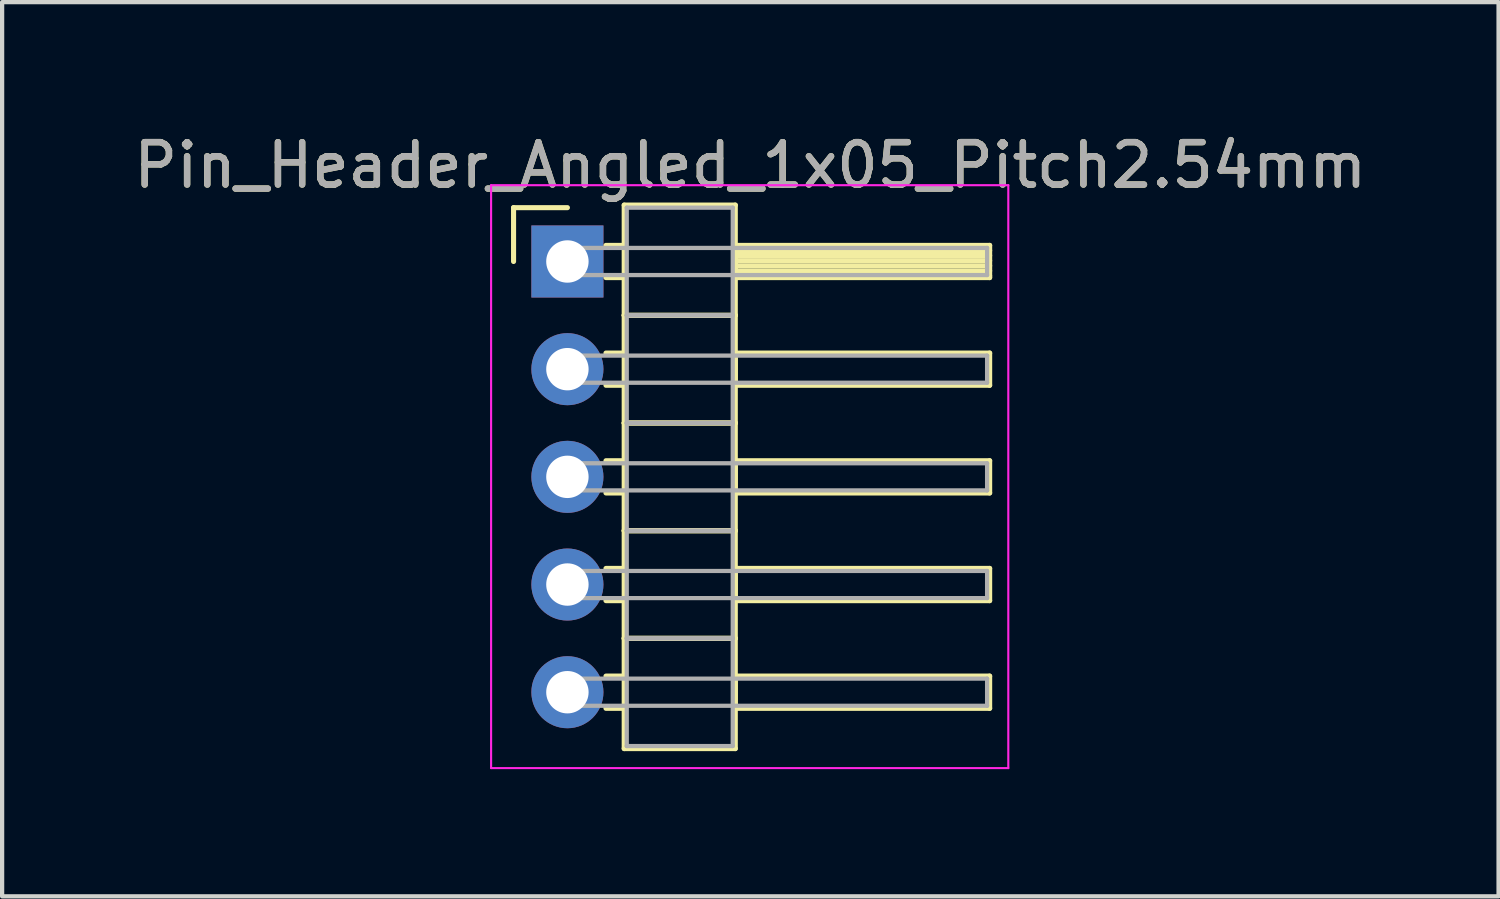
<source format=kicad_pcb>
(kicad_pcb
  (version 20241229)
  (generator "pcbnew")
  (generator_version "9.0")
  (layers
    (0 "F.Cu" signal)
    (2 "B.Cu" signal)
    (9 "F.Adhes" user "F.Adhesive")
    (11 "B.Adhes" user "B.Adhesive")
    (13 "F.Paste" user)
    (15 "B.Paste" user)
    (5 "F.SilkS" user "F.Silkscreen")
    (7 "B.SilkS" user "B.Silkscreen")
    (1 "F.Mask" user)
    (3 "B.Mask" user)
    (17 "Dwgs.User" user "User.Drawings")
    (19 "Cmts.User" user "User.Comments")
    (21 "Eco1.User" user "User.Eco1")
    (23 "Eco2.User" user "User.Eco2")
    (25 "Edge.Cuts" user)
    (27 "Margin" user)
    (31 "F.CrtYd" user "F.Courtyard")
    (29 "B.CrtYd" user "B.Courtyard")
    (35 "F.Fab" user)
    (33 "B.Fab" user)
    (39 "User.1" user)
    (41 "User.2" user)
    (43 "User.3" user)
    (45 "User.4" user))
  (footprint "Pin_Header_Angled_1x05_Pitch2.54mm"
    (layer "F.Cu")
    (at 10.334 3.118)
    (property "Reference" "Pin_Header_Angled_1x05_Pitch2.54mm" (at 4.315 -2.27 0) (layer "F.SilkS") (effects (font (size 1 1) (thickness 0.15))))
    (attr through_hole)
    (fp_line (start -1.27 -1.27) (end 0 -1.27) (stroke (width 0.12) (type solid)) (layer "F.SilkS"))
    (fp_line (start -1.27 0) (end -1.27 -1.27) (stroke (width 0.12) (type solid)) (layer "F.SilkS"))
    (fp_line (start 0.91 -0.38) (end 1.34 -0.38) (stroke (width 0.12) (type solid)) (layer "F.SilkS"))
    (fp_line (start 0.91 0.38) (end 1.34 0.38) (stroke (width 0.12) (type solid)) (layer "F.SilkS"))
    (fp_line (start 0.91 2.16) (end 1.34 2.16) (stroke (width 0.12) (type solid)) (layer "F.SilkS"))
    (fp_line (start 0.91 2.92) (end 1.34 2.92) (stroke (width 0.12) (type solid)) (layer "F.SilkS"))
    (fp_line (start 0.91 4.7) (end 1.34 4.7) (stroke (width 0.12) (type solid)) (layer "F.SilkS"))
    (fp_line (start 0.91 5.46) (end 1.34 5.46) (stroke (width 0.12) (type solid)) (layer "F.SilkS"))
    (fp_line (start 0.91 7.24) (end 1.34 7.24) (stroke (width 0.12) (type solid)) (layer "F.SilkS"))
    (fp_line (start 0.91 8) (end 1.34 8) (stroke (width 0.12) (type solid)) (layer "F.SilkS"))
    (fp_line (start 0.91 9.78) (end 1.34 9.78) (stroke (width 0.12) (type solid)) (layer "F.SilkS"))
    (fp_line (start 0.91 10.54) (end 1.34 10.54) (stroke (width 0.12) (type solid)) (layer "F.SilkS"))
    (fp_line (start 1.34 -1.33) (end 1.34 1.27) (stroke (width 0.12) (type solid)) (layer "F.SilkS"))
    (fp_line (start 1.34 1.27) (end 1.34 3.81) (stroke (width 0.12) (type solid)) (layer "F.SilkS"))
    (fp_line (start 1.34 1.27) (end 3.96 1.27) (stroke (width 0.12) (type solid)) (layer "F.SilkS"))
    (fp_line (start 1.34 3.81) (end 1.34 6.35) (stroke (width 0.12) (type solid)) (layer "F.SilkS"))
    (fp_line (start 1.34 3.81) (end 3.96 3.81) (stroke (width 0.12) (type solid)) (layer "F.SilkS"))
    (fp_line (start 1.34 6.35) (end 1.34 8.89) (stroke (width 0.12) (type solid)) (layer "F.SilkS"))
    (fp_line (start 1.34 6.35) (end 3.96 6.35) (stroke (width 0.12) (type solid)) (layer "F.SilkS"))
    (fp_line (start 1.34 8.89) (end 1.34 11.49) (stroke (width 0.12) (type solid)) (layer "F.SilkS"))
    (fp_line (start 1.34 8.89) (end 3.96 8.89) (stroke (width 0.12) (type solid)) (layer "F.SilkS"))
    (fp_line (start 1.34 11.49) (end 3.96 11.49) (stroke (width 0.12) (type solid)) (layer "F.SilkS"))
    (fp_line (start 3.96 -1.33) (end 1.34 -1.33) (stroke (width 0.12) (type solid)) (layer "F.SilkS"))
    (fp_line (start 3.96 -0.38) (end 3.96 0.38) (stroke (width 0.12) (type solid)) (layer "F.SilkS"))
    (fp_line (start 3.96 -0.26) (end 9.96 -0.26) (stroke (width 0.12) (type solid)) (layer "F.SilkS"))
    (fp_line (start 3.96 -0.14) (end 9.96 -0.14) (stroke (width 0.12) (type solid)) (layer "F.SilkS"))
    (fp_line (start 3.96 -0.02) (end 9.96 -0.02) (stroke (width 0.12) (type solid)) (layer "F.SilkS"))
    (fp_line (start 3.96 0.1) (end 9.96 0.1) (stroke (width 0.12) (type solid)) (layer "F.SilkS"))
    (fp_line (start 3.96 0.22) (end 9.96 0.22) (stroke (width 0.12) (type solid)) (layer "F.SilkS"))
    (fp_line (start 3.96 0.34) (end 9.96 0.34) (stroke (width 0.12) (type solid)) (layer "F.SilkS"))
    (fp_line (start 3.96 0.38) (end 9.96 0.38) (stroke (width 0.12) (type solid)) (layer "F.SilkS"))
    (fp_line (start 3.96 1.27) (end 1.34 1.27) (stroke (width 0.12) (type solid)) (layer "F.SilkS"))
    (fp_line (start 3.96 1.27) (end 3.96 -1.33) (stroke (width 0.12) (type solid)) (layer "F.SilkS"))
    (fp_line (start 3.96 2.16) (end 3.96 2.92) (stroke (width 0.12) (type solid)) (layer "F.SilkS"))
    (fp_line (start 3.96 2.92) (end 9.96 2.92) (stroke (width 0.12) (type solid)) (layer "F.SilkS"))
    (fp_line (start 3.96 3.81) (end 1.34 3.81) (stroke (width 0.12) (type solid)) (layer "F.SilkS"))
    (fp_line (start 3.96 3.81) (end 3.96 1.27) (stroke (width 0.12) (type solid)) (layer "F.SilkS"))
    (fp_line (start 3.96 4.7) (end 3.96 5.46) (stroke (width 0.12) (type solid)) (layer "F.SilkS"))
    (fp_line (start 3.96 5.46) (end 9.96 5.46) (stroke (width 0.12) (type solid)) (layer "F.SilkS"))
    (fp_line (start 3.96 6.35) (end 1.34 6.35) (stroke (width 0.12) (type solid)) (layer "F.SilkS"))
    (fp_line (start 3.96 6.35) (end 3.96 3.81) (stroke (width 0.12) (type solid)) (layer "F.SilkS"))
    (fp_line (start 3.96 7.24) (end 3.96 8) (stroke (width 0.12) (type solid)) (layer "F.SilkS"))
    (fp_line (start 3.96 8) (end 9.96 8) (stroke (width 0.12) (type solid)) (layer "F.SilkS"))
    (fp_line (start 3.96 8.89) (end 1.34 8.89) (stroke (width 0.12) (type solid)) (layer "F.SilkS"))
    (fp_line (start 3.96 8.89) (end 3.96 6.35) (stroke (width 0.12) (type solid)) (layer "F.SilkS"))
    (fp_line (start 3.96 9.78) (end 3.96 10.54) (stroke (width 0.12) (type solid)) (layer "F.SilkS"))
    (fp_line (start 3.96 10.54) (end 9.96 10.54) (stroke (width 0.12) (type solid)) (layer "F.SilkS"))
    (fp_line (start 3.96 11.49) (end 3.96 8.89) (stroke (width 0.12) (type solid)) (layer "F.SilkS"))
    (fp_line (start 9.96 -0.38) (end 3.96 -0.38) (stroke (width 0.12) (type solid)) (layer "F.SilkS"))
    (fp_line (start 9.96 0.38) (end 9.96 -0.38) (stroke (width 0.12) (type solid)) (layer "F.SilkS"))
    (fp_line (start 9.96 2.16) (end 3.96 2.16) (stroke (width 0.12) (type solid)) (layer "F.SilkS"))
    (fp_line (start 9.96 2.92) (end 9.96 2.16) (stroke (width 0.12) (type solid)) (layer "F.SilkS"))
    (fp_line (start 9.96 4.7) (end 3.96 4.7) (stroke (width 0.12) (type solid)) (layer "F.SilkS"))
    (fp_line (start 9.96 5.46) (end 9.96 4.7) (stroke (width 0.12) (type solid)) (layer "F.SilkS"))
    (fp_line (start 9.96 7.24) (end 3.96 7.24) (stroke (width 0.12) (type solid)) (layer "F.SilkS"))
    (fp_line (start 9.96 8) (end 9.96 7.24) (stroke (width 0.12) (type solid)) (layer "F.SilkS"))
    (fp_line (start 9.96 9.78) (end 3.96 9.78) (stroke (width 0.12) (type solid)) (layer "F.SilkS"))
    (fp_line (start 9.96 10.54) (end 9.96 9.78) (stroke (width 0.12) (type solid)) (layer "F.SilkS"))
    (fp_line (start -1.8 -1.8) (end -1.8 11.95) (stroke (width 0.05) (type solid)) (layer "F.CrtYd"))
    (fp_line (start -1.8 11.95) (end 10.4 11.95) (stroke (width 0.05) (type solid)) (layer "F.CrtYd"))
    (fp_line (start 10.4 -1.8) (end -1.8 -1.8) (stroke (width 0.05) (type solid)) (layer "F.CrtYd"))
    (fp_line (start 10.4 11.95) (end 10.4 -1.8) (stroke (width 0.05) (type solid)) (layer "F.CrtYd"))
    (fp_line (start 0 -0.32) (end 0 0.32) (stroke (width 0.1) (type solid)) (layer "F.Fab"))
    (fp_line (start 0 0.32) (end 9.9 0.32) (stroke (width 0.1) (type solid)) (layer "F.Fab"))
    (fp_line (start 0 2.22) (end 0 2.86) (stroke (width 0.1) (type solid)) (layer "F.Fab"))
    (fp_line (start 0 2.86) (end 9.9 2.86) (stroke (width 0.1) (type solid)) (layer "F.Fab"))
    (fp_line (start 0 4.76) (end 0 5.4) (stroke (width 0.1) (type solid)) (layer "F.Fab"))
    (fp_line (start 0 5.4) (end 9.9 5.4) (stroke (width 0.1) (type solid)) (layer "F.Fab"))
    (fp_line (start 0 7.3) (end 0 7.94) (stroke (width 0.1) (type solid)) (layer "F.Fab"))
    (fp_line (start 0 7.94) (end 9.9 7.94) (stroke (width 0.1) (type solid)) (layer "F.Fab"))
    (fp_line (start 0 9.84) (end 0 10.48) (stroke (width 0.1) (type solid)) (layer "F.Fab"))
    (fp_line (start 0 10.48) (end 9.9 10.48) (stroke (width 0.1) (type solid)) (layer "F.Fab"))
    (fp_line (start 1.4 -1.27) (end 1.4 1.27) (stroke (width 0.1) (type solid)) (layer "F.Fab"))
    (fp_line (start 1.4 1.27) (end 1.4 3.81) (stroke (width 0.1) (type solid)) (layer "F.Fab"))
    (fp_line (start 1.4 1.27) (end 3.9 1.27) (stroke (width 0.1) (type solid)) (layer "F.Fab"))
    (fp_line (start 1.4 3.81) (end 1.4 6.35) (stroke (width 0.1) (type solid)) (layer "F.Fab"))
    (fp_line (start 1.4 3.81) (end 3.9 3.81) (stroke (width 0.1) (type solid)) (layer "F.Fab"))
    (fp_line (start 1.4 6.35) (end 1.4 8.89) (stroke (width 0.1) (type solid)) (layer "F.Fab"))
    (fp_line (start 1.4 6.35) (end 3.9 6.35) (stroke (width 0.1) (type solid)) (layer "F.Fab"))
    (fp_line (start 1.4 8.89) (end 1.4 11.43) (stroke (width 0.1) (type solid)) (layer "F.Fab"))
    (fp_line (start 1.4 8.89) (end 3.9 8.89) (stroke (width 0.1) (type solid)) (layer "F.Fab"))
    (fp_line (start 1.4 11.43) (end 3.9 11.43) (stroke (width 0.1) (type solid)) (layer "F.Fab"))
    (fp_line (start 3.9 -1.27) (end 1.4 -1.27) (stroke (width 0.1) (type solid)) (layer "F.Fab"))
    (fp_line (start 3.9 1.27) (end 1.4 1.27) (stroke (width 0.1) (type solid)) (layer "F.Fab"))
    (fp_line (start 3.9 1.27) (end 3.9 -1.27) (stroke (width 0.1) (type solid)) (layer "F.Fab"))
    (fp_line (start 3.9 3.81) (end 1.4 3.81) (stroke (width 0.1) (type solid)) (layer "F.Fab"))
    (fp_line (start 3.9 3.81) (end 3.9 1.27) (stroke (width 0.1) (type solid)) (layer "F.Fab"))
    (fp_line (start 3.9 6.35) (end 1.4 6.35) (stroke (width 0.1) (type solid)) (layer "F.Fab"))
    (fp_line (start 3.9 6.35) (end 3.9 3.81) (stroke (width 0.1) (type solid)) (layer "F.Fab"))
    (fp_line (start 3.9 8.89) (end 1.4 8.89) (stroke (width 0.1) (type solid)) (layer "F.Fab"))
    (fp_line (start 3.9 8.89) (end 3.9 6.35) (stroke (width 0.1) (type solid)) (layer "F.Fab"))
    (fp_line (start 3.9 11.43) (end 3.9 8.89) (stroke (width 0.1) (type solid)) (layer "F.Fab"))
    (fp_line (start 9.9 -0.32) (end 0 -0.32) (stroke (width 0.1) (type solid)) (layer "F.Fab"))
    (fp_line (start 9.9 0.32) (end 9.9 -0.32) (stroke (width 0.1) (type solid)) (layer "F.Fab"))
    (fp_line (start 9.9 2.22) (end 0 2.22) (stroke (width 0.1) (type solid)) (layer "F.Fab"))
    (fp_line (start 9.9 2.86) (end 9.9 2.22) (stroke (width 0.1) (type solid)) (layer "F.Fab"))
    (fp_line (start 9.9 4.76) (end 0 4.76) (stroke (width 0.1) (type solid)) (layer "F.Fab"))
    (fp_line (start 9.9 5.4) (end 9.9 4.76) (stroke (width 0.1) (type solid)) (layer "F.Fab"))
    (fp_line (start 9.9 7.3) (end 0 7.3) (stroke (width 0.1) (type solid)) (layer "F.Fab"))
    (fp_line (start 9.9 7.94) (end 9.9 7.3) (stroke (width 0.1) (type solid)) (layer "F.Fab"))
    (fp_line (start 9.9 9.84) (end 0 9.84) (stroke (width 0.1) (type solid)) (layer "F.Fab"))
    (fp_line (start 9.9 10.48) (end 9.9 9.84) (stroke (width 0.1) (type solid)) (layer "F.Fab"))
    (fp_text user "${REFERENCE}" (at 4.315 -2.27 0) (layer "F.Fab") (effects (font (size 1 1) (thickness 0.15))))
    (pad "1" thru_hole rect (at 0 0) (size 1.7 1.7) (drill 1) (layers "*.Cu" "*.Mask"))
    (pad "2" thru_hole oval (at 0 2.54) (size 1.7 1.7) (drill 1) (layers "*.Cu" "*.Mask"))
    (pad "3" thru_hole oval (at 0 5.08) (size 1.7 1.7) (drill 1) (layers "*.Cu" "*.Mask"))
    (pad "4" thru_hole oval (at 0 7.62) (size 1.7 1.7) (drill 1) (layers "*.Cu" "*.Mask"))
    (pad "5" thru_hole oval (at 0 10.16) (size 1.7 1.7) (drill 1) (layers "*.Cu" "*.Mask")))
  (gr_rect
    (start -3 -3)
    (end 32.298 18.093)
    (stroke (width 0.1) (type default))
    (fill no)
    (layer "Edge.Cuts")))
</source>
